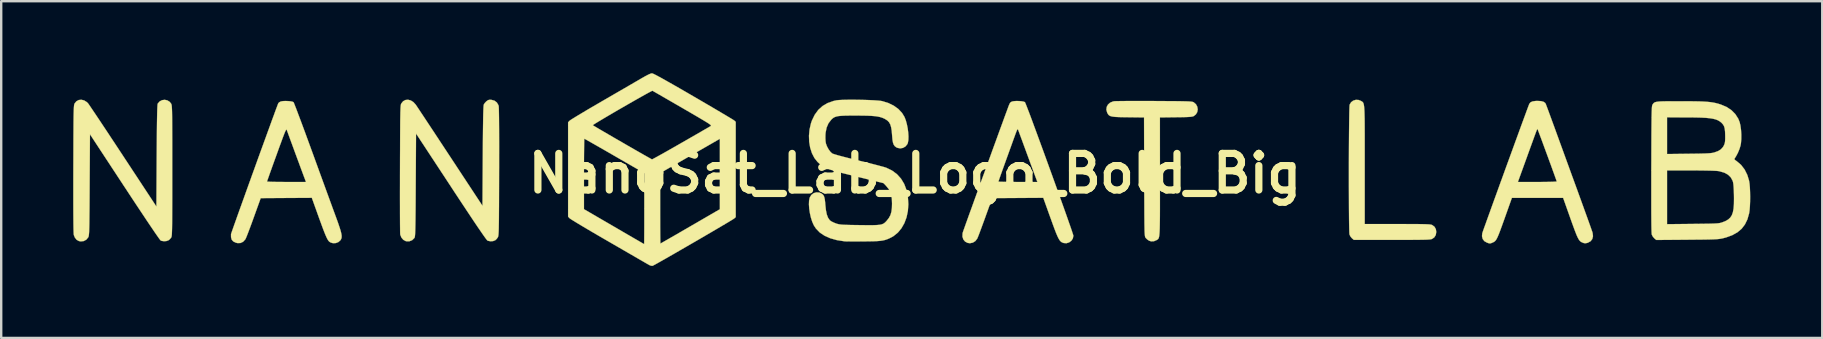
<source format=kicad_pcb>
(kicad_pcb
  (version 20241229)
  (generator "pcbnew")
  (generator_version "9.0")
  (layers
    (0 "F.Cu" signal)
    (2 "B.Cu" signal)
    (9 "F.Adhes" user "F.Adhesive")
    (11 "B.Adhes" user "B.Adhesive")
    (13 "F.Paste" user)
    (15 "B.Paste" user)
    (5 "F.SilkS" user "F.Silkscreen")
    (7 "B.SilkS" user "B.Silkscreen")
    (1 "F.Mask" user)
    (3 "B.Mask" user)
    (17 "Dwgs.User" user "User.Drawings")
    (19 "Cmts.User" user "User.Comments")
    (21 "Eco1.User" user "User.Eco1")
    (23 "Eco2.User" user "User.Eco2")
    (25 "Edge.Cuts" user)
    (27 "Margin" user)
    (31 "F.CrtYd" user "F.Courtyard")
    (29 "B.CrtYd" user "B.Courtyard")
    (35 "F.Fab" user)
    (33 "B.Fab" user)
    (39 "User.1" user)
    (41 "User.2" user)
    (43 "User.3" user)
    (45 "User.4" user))
  (footprint "NanoSat_Lab_Logo_Bold_Big"
    (layer "F.Cu")
    (at 35.078 4.178)
    (property "Reference" "NanoSat_Lab_Logo_Bold_Big" (at 0 0 0) (layer "F.SilkS") (effects (font (size 1.524 1.524) (thickness 0.3))))
    (attr through_hole)
    (fp_poly (pts (xy 18.489 -3.062) (xy 18.585 -3.024) (xy 18.611 -3.009) (xy 18.634 -2.995) (xy 18.655 -2.98) (xy 18.672 -2.961) (xy 18.687 -2.935) (xy 18.7 -2.898) (xy 18.711 -2.847) (xy 18.72 -2.78) (xy 18.727 -2.694) (xy 18.733 -2.585) (xy 18.737 -2.451) (xy 18.741 -2.288) (xy 18.743 -2.094) (xy 18.744 -1.866) (xy 18.745 -1.6) (xy 18.745 -1.293) (xy 18.745 -0.943) (xy 18.745 -0.547) (xy 18.745 -0.357) (xy 18.745 2.108) (xy 20.107 2.108) (xy 20.409 2.108) (xy 20.665 2.109) (xy 20.878 2.11) (xy 21.053 2.111) (xy 21.194 2.114) (xy 21.305 2.117) (xy 21.39 2.121) (xy 21.453 2.126) (xy 21.499 2.133) (xy 21.531 2.14) (xy 21.553 2.148) (xy 21.652 2.22) (xy 21.71 2.322) (xy 21.727 2.438) (xy 21.706 2.566) (xy 21.644 2.665) (xy 21.553 2.728) (xy 21.531 2.737) (xy 21.499 2.744) (xy 21.455 2.75) (xy 21.394 2.755) (xy 21.312 2.759) (xy 21.206 2.762) (xy 21.071 2.764) (xy 20.904 2.766) (xy 20.702 2.767) (xy 20.459 2.768) (xy 20.173 2.769) (xy 19.88 2.769) (xy 18.292 2.769) (xy 18.214 2.703) (xy 18.155 2.635) (xy 18.114 2.553) (xy 18.111 2.545) (xy 18.106 2.503) (xy 18.102 2.414) (xy 18.099 2.283) (xy 18.095 2.115) (xy 18.092 1.912) (xy 18.09 1.68) (xy 18.088 1.422) (xy 18.087 1.142) (xy 18.086 0.845) (xy 18.085 0.535) (xy 18.085 0.216) (xy 18.085 -0.107) (xy 18.085 -0.432) (xy 18.086 -0.753) (xy 18.087 -1.066) (xy 18.089 -1.368) (xy 18.091 -1.654) (xy 18.094 -1.92) (xy 18.097 -2.161) (xy 18.1 -2.374) (xy 18.103 -2.555) (xy 18.107 -2.699) (xy 18.111 -2.802) (xy 18.116 -2.86) (xy 18.118 -2.869) (xy 18.176 -2.966) (xy 18.265 -3.034) (xy 18.374 -3.067) (xy 18.489 -3.062)) (stroke (width 0.01) (type solid)) (fill yes) (layer "F.SilkS"))
    (fp_poly (pts (xy 9.45 -3.019) (xy 9.719 -3.019) (xy 9.995 -3.018) (xy 10.315 -3.016) (xy 10.588 -3.014) (xy 10.818 -3.013) (xy 11.009 -3.011) (xy 11.166 -3.008) (xy 11.291 -3.005) (xy 11.389 -3.002) (xy 11.464 -2.997) (xy 11.519 -2.992) (xy 11.559 -2.986) (xy 11.588 -2.978) (xy 11.61 -2.97) (xy 11.623 -2.962) (xy 11.714 -2.882) (xy 11.768 -2.78) (xy 11.786 -2.669) (xy 11.767 -2.559) (xy 11.71 -2.462) (xy 11.626 -2.394) (xy 11.596 -2.38) (xy 11.556 -2.37) (xy 11.5 -2.361) (xy 11.423 -2.355) (xy 11.317 -2.35) (xy 11.177 -2.346) (xy 10.996 -2.343) (xy 10.877 -2.342) (xy 10.21 -2.334) (xy 10.211 0.129) (xy 10.211 0.546) (xy 10.211 0.914) (xy 10.211 1.239) (xy 10.211 1.521) (xy 10.21 1.764) (xy 10.208 1.972) (xy 10.205 2.147) (xy 10.202 2.293) (xy 10.197 2.411) (xy 10.191 2.506) (xy 10.184 2.581) (xy 10.175 2.637) (xy 10.164 2.679) (xy 10.152 2.709) (xy 10.137 2.731) (xy 10.12 2.747) (xy 10.101 2.76) (xy 10.079 2.774) (xy 10.076 2.776) (xy 9.961 2.825) (xy 9.842 2.83) (xy 9.755 2.801) (xy 9.681 2.75) (xy 9.619 2.688) (xy 9.616 2.684) (xy 9.607 2.672) (xy 9.599 2.657) (xy 9.593 2.638) (xy 9.587 2.61) (xy 9.582 2.571) (xy 9.577 2.519) (xy 9.573 2.449) (xy 9.57 2.358) (xy 9.568 2.244) (xy 9.565 2.104) (xy 9.564 1.935) (xy 9.562 1.733) (xy 9.561 1.495) (xy 9.56 1.218) (xy 9.558 0.9) (xy 9.557 0.537) (xy 9.556 0.139) (xy 9.549 -2.334) (xy 8.883 -2.342) (xy 8.662 -2.345) (xy 8.486 -2.349) (xy 8.349 -2.356) (xy 8.245 -2.368) (xy 8.168 -2.384) (xy 8.112 -2.407) (xy 8.072 -2.438) (xy 8.042 -2.478) (xy 8.015 -2.529) (xy 8.011 -2.536) (xy 7.978 -2.656) (xy 7.992 -2.771) (xy 8.046 -2.871) (xy 8.135 -2.95) (xy 8.256 -3) (xy 8.309 -3.009) (xy 8.359 -3.012) (xy 8.454 -3.014) (xy 8.591 -3.016) (xy 8.764 -3.018) (xy 8.968 -3.019) (xy 9.198 -3.019) (xy 9.45 -3.019)) (stroke (width 0.01) (type solid)) (fill yes) (layer "F.SilkS"))
    (fp_poly (pts (xy -34.619 -3.042) (xy -34.507 -2.971) (xy -34.465 -2.93) (xy -34.441 -2.899) (xy -34.392 -2.828) (xy -34.32 -2.721) (xy -34.225 -2.58) (xy -34.11 -2.409) (xy -33.977 -2.21) (xy -33.829 -1.987) (xy -33.666 -1.742) (xy -33.492 -1.478) (xy -33.307 -1.199) (xy -33.115 -0.907) (xy -33.004 -0.739) (xy -31.61 1.379) (xy -31.598 -0.739) (xy -31.595 -1.151) (xy -31.592 -1.515) (xy -31.589 -1.831) (xy -31.586 -2.103) (xy -31.582 -2.331) (xy -31.578 -2.519) (xy -31.574 -2.667) (xy -31.569 -2.779) (xy -31.564 -2.855) (xy -31.559 -2.898) (xy -31.556 -2.909) (xy -31.477 -3) (xy -31.376 -3.054) (xy -31.265 -3.069) (xy -31.155 -3.046) (xy -31.057 -2.985) (xy -31 -2.914) (xy -30.992 -2.9) (xy -30.985 -2.883) (xy -30.979 -2.861) (xy -30.973 -2.83) (xy -30.969 -2.788) (xy -30.965 -2.731) (xy -30.961 -2.657) (xy -30.958 -2.563) (xy -30.956 -2.446) (xy -30.954 -2.302) (xy -30.953 -2.13) (xy -30.952 -1.926) (xy -30.951 -1.687) (xy -30.95 -1.411) (xy -30.95 -1.093) (xy -30.95 -0.732) (xy -30.95 -0.325) (xy -30.95 -0.113) (xy -30.95 0.318) (xy -30.95 0.702) (xy -30.95 1.041) (xy -30.951 1.337) (xy -30.952 1.595) (xy -30.953 1.816) (xy -30.954 2.003) (xy -30.956 2.16) (xy -30.958 2.29) (xy -30.961 2.394) (xy -30.964 2.477) (xy -30.967 2.541) (xy -30.972 2.588) (xy -30.977 2.623) (xy -30.983 2.647) (xy -30.989 2.664) (xy -30.995 2.674) (xy -31.049 2.739) (xy -31.103 2.784) (xy -31.188 2.816) (xy -31.292 2.825) (xy -31.393 2.81) (xy -31.432 2.794) (xy -31.455 2.768) (xy -31.505 2.701) (xy -31.579 2.596) (xy -31.677 2.455) (xy -31.796 2.279) (xy -31.937 2.071) (xy -32.096 1.833) (xy -32.273 1.567) (xy -32.467 1.275) (xy -32.676 0.959) (xy -32.898 0.621) (xy -32.936 0.564) (xy -34.379 -1.633) (xy -34.392 0.472) (xy -34.394 0.85) (xy -34.396 1.18) (xy -34.398 1.466) (xy -34.401 1.711) (xy -34.403 1.919) (xy -34.405 2.093) (xy -34.408 2.235) (xy -34.412 2.351) (xy -34.415 2.442) (xy -34.42 2.512) (xy -34.425 2.565) (xy -34.431 2.603) (xy -34.437 2.631) (xy -34.445 2.651) (xy -34.449 2.66) (xy -34.529 2.758) (xy -34.636 2.817) (xy -34.759 2.832) (xy -34.841 2.817) (xy -34.936 2.764) (xy -35.01 2.669) (xy -35.052 2.564) (xy -35.057 2.519) (xy -35.061 2.424) (xy -35.065 2.279) (xy -35.068 2.084) (xy -35.07 1.839) (xy -35.072 1.544) (xy -35.073 1.2) (xy -35.073 0.807) (xy -35.073 0.365) (xy -35.072 -0.125) (xy -35.072 -0.183) (xy -35.07 -0.609) (xy -35.069 -0.987) (xy -35.068 -1.32) (xy -35.067 -1.611) (xy -35.065 -1.864) (xy -35.064 -2.08) (xy -35.062 -2.263) (xy -35.06 -2.416) (xy -35.057 -2.542) (xy -35.054 -2.643) (xy -35.05 -2.723) (xy -35.046 -2.785) (xy -35.042 -2.831) (xy -35.036 -2.865) (xy -35.03 -2.889) (xy -35.023 -2.907) (xy -35.02 -2.914) (xy -34.944 -3.007) (xy -34.846 -3.06) (xy -34.735 -3.071) (xy -34.619 -3.042)) (stroke (width 0.01) (type solid)) (fill yes) (layer "F.SilkS"))
    (fp_poly (pts (xy -21.011 -3.043) (xy -20.902 -2.975) (xy -20.808 -2.873) (xy -20.783 -2.838) (xy -20.733 -2.763) (xy -20.659 -2.652) (xy -20.564 -2.508) (xy -20.448 -2.334) (xy -20.315 -2.132) (xy -20.166 -1.907) (xy -20.003 -1.661) (xy -19.829 -1.396) (xy -19.645 -1.117) (xy -19.454 -0.827) (xy -19.378 -0.712) (xy -18.021 1.349) (xy -18.009 -0.729) (xy -18.006 -1.139) (xy -18.003 -1.501) (xy -18 -1.815) (xy -17.996 -2.084) (xy -17.993 -2.311) (xy -17.989 -2.496) (xy -17.984 -2.643) (xy -17.979 -2.752) (xy -17.974 -2.825) (xy -17.968 -2.866) (xy -17.966 -2.872) (xy -17.928 -2.931) (xy -17.869 -2.995) (xy -17.853 -3.009) (xy -17.793 -3.052) (xy -17.736 -3.07) (xy -17.657 -3.068) (xy -17.647 -3.067) (xy -17.52 -3.032) (xy -17.421 -2.956) (xy -17.357 -2.846) (xy -17.347 -2.816) (xy -17.343 -2.773) (xy -17.339 -2.68) (xy -17.336 -2.539) (xy -17.333 -2.349) (xy -17.331 -2.112) (xy -17.329 -1.828) (xy -17.328 -1.5) (xy -17.327 -1.127) (xy -17.328 -0.71) (xy -17.328 -0.251) (xy -17.329 -0.072) (xy -17.33 0.354) (xy -17.331 0.732) (xy -17.332 1.066) (xy -17.333 1.357) (xy -17.335 1.609) (xy -17.336 1.826) (xy -17.338 2.009) (xy -17.341 2.162) (xy -17.343 2.287) (xy -17.346 2.389) (xy -17.35 2.469) (xy -17.354 2.531) (xy -17.359 2.577) (xy -17.364 2.611) (xy -17.37 2.635) (xy -17.377 2.653) (xy -17.38 2.66) (xy -17.429 2.729) (xy -17.486 2.782) (xy -17.489 2.784) (xy -17.579 2.819) (xy -17.688 2.827) (xy -17.79 2.807) (xy -17.816 2.795) (xy -17.842 2.767) (xy -17.895 2.698) (xy -17.975 2.586) (xy -18.081 2.433) (xy -18.215 2.238) (xy -18.375 2.001) (xy -18.561 1.721) (xy -18.775 1.399) (xy -19.017 1.034) (xy -19.285 0.627) (xy -19.336 0.548) (xy -20.79 -1.663) (xy -20.803 0.483) (xy -20.805 0.865) (xy -20.807 1.2) (xy -20.809 1.491) (xy -20.812 1.74) (xy -20.814 1.951) (xy -20.817 2.128) (xy -20.82 2.274) (xy -20.823 2.391) (xy -20.827 2.483) (xy -20.831 2.554) (xy -20.836 2.606) (xy -20.841 2.643) (xy -20.848 2.668) (xy -20.855 2.684) (xy -20.857 2.688) (xy -20.95 2.78) (xy -21.064 2.826) (xy -21.191 2.826) (xy -21.226 2.817) (xy -21.321 2.765) (xy -21.397 2.676) (xy -21.444 2.565) (xy -21.45 2.534) (xy -21.452 2.494) (xy -21.454 2.406) (xy -21.455 2.275) (xy -21.457 2.104) (xy -21.458 1.896) (xy -21.459 1.655) (xy -21.459 1.385) (xy -21.46 1.088) (xy -21.46 0.769) (xy -21.459 0.43) (xy -21.459 0.076) (xy -21.458 -0.203) (xy -21.457 -0.627) (xy -21.455 -1.004) (xy -21.454 -1.336) (xy -21.453 -1.625) (xy -21.451 -1.876) (xy -21.45 -2.091) (xy -21.448 -2.272) (xy -21.445 -2.424) (xy -21.443 -2.548) (xy -21.439 -2.648) (xy -21.436 -2.727) (xy -21.432 -2.788) (xy -21.427 -2.834) (xy -21.422 -2.867) (xy -21.415 -2.891) (xy -21.408 -2.908) (xy -21.405 -2.914) (xy -21.33 -3.008) (xy -21.234 -3.06) (xy -21.125 -3.072) (xy -21.011 -3.043)) (stroke (width 0.01) (type solid)) (fill yes) (layer "F.SilkS"))
    (fp_poly (pts (xy 4.342 -3.017) (xy 4.447 -3.008) (xy 4.532 -2.993) (xy 4.583 -2.972) (xy 4.585 -2.969) (xy 4.6 -2.94) (xy 4.63 -2.866) (xy 4.675 -2.751) (xy 4.733 -2.6) (xy 4.803 -2.416) (xy 4.883 -2.202) (xy 4.971 -1.962) (xy 5.068 -1.7) (xy 5.171 -1.42) (xy 5.279 -1.125) (xy 5.391 -0.819) (xy 5.505 -0.505) (xy 5.62 -0.188) (xy 5.735 0.129) (xy 5.848 0.443) (xy 5.958 0.749) (xy 6.064 1.044) (xy 6.165 1.325) (xy 6.258 1.587) (xy 6.343 1.827) (xy 6.418 2.042) (xy 6.483 2.227) (xy 6.535 2.379) (xy 6.573 2.494) (xy 6.597 2.569) (xy 6.604 2.599) (xy 6.581 2.711) (xy 6.519 2.805) (xy 6.428 2.873) (xy 6.319 2.907) (xy 6.203 2.9) (xy 6.194 2.897) (xy 6.146 2.88) (xy 6.103 2.857) (xy 6.063 2.823) (xy 6.024 2.774) (xy 5.983 2.704) (xy 5.937 2.61) (xy 5.885 2.487) (xy 5.824 2.33) (xy 5.752 2.135) (xy 5.666 1.897) (xy 5.652 1.86) (xy 5.349 1.015) (xy 4.284 1.022) (xy 3.219 1.029) (xy 2.931 1.829) (xy 2.86 2.024) (xy 2.793 2.207) (xy 2.732 2.371) (xy 2.68 2.511) (xy 2.638 2.619) (xy 2.609 2.69) (xy 2.599 2.713) (xy 2.52 2.817) (xy 2.415 2.883) (xy 2.294 2.908) (xy 2.196 2.894) (xy 2.091 2.839) (xy 2.018 2.75) (xy 1.981 2.636) (xy 1.985 2.504) (xy 1.994 2.463) (xy 2.005 2.428) (xy 2.033 2.35) (xy 2.075 2.232) (xy 2.13 2.077) (xy 2.197 1.89) (xy 2.275 1.673) (xy 2.363 1.432) (xy 2.458 1.169) (xy 2.559 0.888) (xy 2.666 0.594) (xy 2.758 0.339) (xy 3.48 0.339) (xy 3.504 0.343) (xy 3.573 0.347) (xy 3.681 0.35) (xy 3.822 0.353) (xy 3.99 0.354) (xy 4.178 0.355) (xy 4.292 0.356) (xy 5.104 0.356) (xy 5.077 0.286) (xy 5.063 0.247) (xy 5.033 0.167) (xy 4.99 0.049) (xy 4.935 -0.1) (xy 4.87 -0.275) (xy 4.798 -0.47) (xy 4.721 -0.681) (xy 4.686 -0.775) (xy 4.607 -0.99) (xy 4.533 -1.191) (xy 4.466 -1.375) (xy 4.407 -1.534) (xy 4.359 -1.664) (xy 4.324 -1.759) (xy 4.303 -1.815) (xy 4.299 -1.825) (xy 4.288 -1.843) (xy 4.274 -1.837) (xy 4.254 -1.803) (xy 4.225 -1.735) (xy 4.184 -1.627) (xy 4.155 -1.546) (xy 4.114 -1.434) (xy 4.06 -1.284) (xy 3.996 -1.105) (xy 3.924 -0.907) (xy 3.849 -0.699) (xy 3.774 -0.491) (xy 3.756 -0.442) (xy 3.689 -0.255) (xy 3.628 -0.084) (xy 3.574 0.066) (xy 3.531 0.188) (xy 3.5 0.278) (xy 3.482 0.33) (xy 3.48 0.339) (xy 2.758 0.339) (xy 2.776 0.289) (xy 2.889 -0.022) (xy 3.002 -0.335) (xy 3.116 -0.647) (xy 3.227 -0.955) (xy 3.336 -1.253) (xy 3.44 -1.539) (xy 3.538 -1.809) (xy 3.63 -2.059) (xy 3.712 -2.285) (xy 3.785 -2.483) (xy 3.847 -2.651) (xy 3.895 -2.783) (xy 3.916 -2.837) (xy 3.951 -2.918) (xy 3.987 -2.965) (xy 4.039 -2.993) (xy 4.056 -2.999) (xy 4.132 -3.013) (xy 4.232 -3.019) (xy 4.342 -3.017)) (stroke (width 0.01) (type solid)) (fill yes) (layer "F.SilkS"))
    (fp_poly (pts (xy 26.094 -3.014) (xy 26.199 -2.986) (xy 26.266 -2.937) (xy 26.287 -2.903) (xy 26.302 -2.866) (xy 26.332 -2.786) (xy 26.376 -2.669) (xy 26.431 -2.519) (xy 26.496 -2.341) (xy 26.569 -2.142) (xy 26.649 -1.925) (xy 26.72 -1.729) (xy 26.807 -1.49) (xy 26.908 -1.212) (xy 27.02 -0.905) (xy 27.139 -0.577) (xy 27.262 -0.239) (xy 27.386 0.102) (xy 27.508 0.435) (xy 27.623 0.751) (xy 27.668 0.876) (xy 27.765 1.142) (xy 27.857 1.397) (xy 27.943 1.635) (xy 28.022 1.853) (xy 28.091 2.045) (xy 28.149 2.208) (xy 28.194 2.337) (xy 28.226 2.428) (xy 28.241 2.476) (xy 28.242 2.479) (xy 28.258 2.616) (xy 28.229 2.732) (xy 28.159 2.824) (xy 28.049 2.885) (xy 28.019 2.895) (xy 27.941 2.91) (xy 27.875 2.902) (xy 27.806 2.875) (xy 27.766 2.855) (xy 27.73 2.83) (xy 27.696 2.794) (xy 27.661 2.744) (xy 27.624 2.675) (xy 27.581 2.583) (xy 27.532 2.461) (xy 27.474 2.307) (xy 27.404 2.116) (xy 27.32 1.883) (xy 27.29 1.797) (xy 27.013 1.017) (xy 25.946 1.017) (xy 24.879 1.017) (xy 24.615 1.759) (xy 24.525 2.011) (xy 24.45 2.219) (xy 24.388 2.388) (xy 24.336 2.523) (xy 24.292 2.628) (xy 24.254 2.707) (xy 24.22 2.766) (xy 24.187 2.808) (xy 24.154 2.838) (xy 24.118 2.86) (xy 24.076 2.88) (xy 24.061 2.886) (xy 24.003 2.91) (xy 23.961 2.917) (xy 23.914 2.909) (xy 23.84 2.883) (xy 23.839 2.883) (xy 23.73 2.821) (xy 23.66 2.729) (xy 23.632 2.612) (xy 23.645 2.489) (xy 23.656 2.455) (xy 23.683 2.377) (xy 23.725 2.258) (xy 23.781 2.104) (xy 23.848 1.916) (xy 23.926 1.7) (xy 24.013 1.458) (xy 24.108 1.195) (xy 24.21 0.915) (xy 24.316 0.621) (xy 24.412 0.356) (xy 25.128 0.356) (xy 25.937 0.356) (xy 26.136 0.355) (xy 26.317 0.353) (xy 26.474 0.35) (xy 26.6 0.346) (xy 26.691 0.341) (xy 26.739 0.336) (xy 26.746 0.333) (xy 26.738 0.306) (xy 26.714 0.236) (xy 26.676 0.131) (xy 26.628 -0.004) (xy 26.57 -0.163) (xy 26.506 -0.341) (xy 26.436 -0.531) (xy 26.364 -0.728) (xy 26.291 -0.926) (xy 26.22 -1.119) (xy 26.153 -1.302) (xy 26.092 -1.467) (xy 26.038 -1.61) (xy 25.995 -1.725) (xy 25.964 -1.806) (xy 25.947 -1.847) (xy 25.945 -1.851) (xy 25.942 -1.854) (xy 25.938 -1.853) (xy 25.932 -1.844) (xy 25.923 -1.824) (xy 25.908 -1.788) (xy 25.887 -1.734) (xy 25.858 -1.656) (xy 25.819 -1.551) (xy 25.77 -1.415) (xy 25.708 -1.245) (xy 25.632 -1.036) (xy 25.541 -0.785) (xy 25.503 -0.679) (xy 25.128 0.356) (xy 24.412 0.356) (xy 24.427 0.316) (xy 24.539 0.006) (xy 24.653 -0.308) (xy 24.767 -0.62) (xy 24.879 -0.927) (xy 24.987 -1.225) (xy 25.092 -1.511) (xy 25.19 -1.78) (xy 25.281 -2.03) (xy 25.364 -2.255) (xy 25.437 -2.453) (xy 25.498 -2.62) (xy 25.547 -2.752) (xy 25.582 -2.845) (xy 25.602 -2.895) (xy 25.604 -2.901) (xy 25.653 -2.962) (xy 25.735 -3.001) (xy 25.858 -3.02) (xy 25.946 -3.023) (xy 26.094 -3.014)) (stroke (width 0.01) (type solid)) (fill yes) (layer "F.SilkS"))
    (fp_poly (pts (xy -26.138 -3.017) (xy -26.033 -3.008) (xy -25.948 -2.993) (xy -25.898 -2.972) (xy -25.895 -2.97) (xy -25.881 -2.941) (xy -25.852 -2.868) (xy -25.807 -2.754) (xy -25.749 -2.603) (xy -25.68 -2.418) (xy -25.599 -2.203) (xy -25.509 -1.962) (xy -25.411 -1.697) (xy -25.307 -1.412) (xy -25.197 -1.112) (xy -25.106 -0.864) (xy -24.987 -0.536) (xy -24.868 -0.209) (xy -24.751 0.113) (xy -24.638 0.423) (xy -24.531 0.717) (xy -24.431 0.991) (xy -24.34 1.239) (xy -24.261 1.457) (xy -24.194 1.638) (xy -24.142 1.78) (xy -24.124 1.829) (xy -24.043 2.052) (xy -23.981 2.235) (xy -23.935 2.381) (xy -23.906 2.497) (xy -23.891 2.588) (xy -23.891 2.659) (xy -23.904 2.717) (xy -23.929 2.767) (xy -23.942 2.786) (xy -24.026 2.86) (xy -24.135 2.902) (xy -24.251 2.905) (xy -24.283 2.898) (xy -24.323 2.886) (xy -24.359 2.872) (xy -24.391 2.853) (xy -24.422 2.826) (xy -24.454 2.786) (xy -24.487 2.73) (xy -24.525 2.654) (xy -24.568 2.555) (xy -24.619 2.429) (xy -24.679 2.272) (xy -24.749 2.081) (xy -24.833 1.853) (xy -24.93 1.582) (xy -25.008 1.365) (xy -25.133 1.016) (xy -26.198 1.022) (xy -27.263 1.029) (xy -27.56 1.852) (xy -27.631 2.049) (xy -27.7 2.234) (xy -27.762 2.399) (xy -27.816 2.54) (xy -27.86 2.65) (xy -27.891 2.722) (xy -27.905 2.748) (xy -27.996 2.847) (xy -28.106 2.899) (xy -28.231 2.903) (xy -28.307 2.883) (xy -28.409 2.832) (xy -28.472 2.759) (xy -28.5 2.658) (xy -28.501 2.531) (xy -28.492 2.501) (xy -28.467 2.428) (xy -28.427 2.314) (xy -28.374 2.163) (xy -28.309 1.98) (xy -28.233 1.767) (xy -28.148 1.528) (xy -28.054 1.268) (xy -27.954 0.99) (xy -27.849 0.697) (xy -27.74 0.393) (xy -27.719 0.337) (xy -27 0.337) (xy -26.976 0.341) (xy -26.907 0.345) (xy -26.799 0.349) (xy -26.658 0.352) (xy -26.491 0.354) (xy -26.302 0.355) (xy -26.189 0.356) (xy -25.377 0.356) (xy -25.441 0.184) (xy -25.467 0.116) (xy -25.506 0.01) (xy -25.557 -0.127) (xy -25.617 -0.289) (xy -25.683 -0.469) (xy -25.754 -0.66) (xy -25.826 -0.855) (xy -25.897 -1.049) (xy -25.965 -1.234) (xy -26.028 -1.404) (xy -26.082 -1.553) (xy -26.126 -1.673) (xy -26.157 -1.758) (xy -26.172 -1.799) (xy -26.18 -1.818) (xy -26.188 -1.827) (xy -26.199 -1.824) (xy -26.214 -1.803) (xy -26.235 -1.763) (xy -26.263 -1.699) (xy -26.299 -1.607) (xy -26.346 -1.483) (xy -26.404 -1.325) (xy -26.477 -1.127) (xy -26.564 -0.887) (xy -26.601 -0.783) (xy -26.683 -0.558) (xy -26.759 -0.348) (xy -26.827 -0.157) (xy -26.887 0.009) (xy -26.935 0.147) (xy -26.972 0.25) (xy -26.994 0.315) (xy -27 0.337) (xy -27.719 0.337) (xy -27.628 0.082) (xy -27.514 -0.232) (xy -27.401 -0.546) (xy -27.289 -0.856) (xy -27.179 -1.158) (xy -27.073 -1.449) (xy -26.973 -1.725) (xy -26.879 -1.982) (xy -26.794 -2.217) (xy -26.717 -2.425) (xy -26.652 -2.604) (xy -26.598 -2.749) (xy -26.557 -2.857) (xy -26.531 -2.924) (xy -26.53 -2.926) (xy -26.496 -2.962) (xy -26.435 -2.995) (xy -26.423 -2.999) (xy -26.348 -3.014) (xy -26.248 -3.019) (xy -26.138 -3.017)) (stroke (width 0.01) (type solid)) (fill yes) (layer "F.SilkS"))
    (fp_poly (pts (xy 31.938 -3.009) (xy 32.232 -3.008) (xy 32.482 -3.006) (xy 32.692 -3.002) (xy 32.869 -2.995) (xy 33.02 -2.985) (xy 33.149 -2.972) (xy 33.263 -2.955) (xy 33.367 -2.934) (xy 33.469 -2.908) (xy 33.573 -2.876) (xy 33.595 -2.868) (xy 33.829 -2.769) (xy 34.028 -2.636) (xy 34.19 -2.472) (xy 34.312 -2.281) (xy 34.369 -2.14) (xy 34.403 -1.994) (xy 34.427 -1.815) (xy 34.439 -1.621) (xy 34.438 -1.43) (xy 34.424 -1.258) (xy 34.407 -1.162) (xy 34.361 -1.014) (xy 34.295 -0.855) (xy 34.217 -0.71) (xy 34.174 -0.644) (xy 34.154 -0.61) (xy 34.157 -0.584) (xy 34.19 -0.552) (xy 34.248 -0.511) (xy 34.429 -0.356) (xy 34.577 -0.163) (xy 34.69 0.064) (xy 34.763 0.305) (xy 34.782 0.427) (xy 34.796 0.588) (xy 34.804 0.774) (xy 34.807 0.974) (xy 34.805 1.175) (xy 34.797 1.365) (xy 34.784 1.531) (xy 34.765 1.661) (xy 34.764 1.664) (xy 34.694 1.912) (xy 34.591 2.124) (xy 34.454 2.304) (xy 34.279 2.452) (xy 34.064 2.572) (xy 33.808 2.666) (xy 33.693 2.696) (xy 33.639 2.709) (xy 33.586 2.719) (xy 33.529 2.728) (xy 33.463 2.735) (xy 33.384 2.741) (xy 33.285 2.746) (xy 33.163 2.75) (xy 33.013 2.753) (xy 32.829 2.756) (xy 32.607 2.758) (xy 32.341 2.76) (xy 32.179 2.762) (xy 30.894 2.772) (xy 30.815 2.705) (xy 30.754 2.636) (xy 30.711 2.556) (xy 30.708 2.544) (xy 30.703 2.506) (xy 30.699 2.424) (xy 30.695 2.3) (xy 30.692 2.131) (xy 30.692 2.114) (xy 31.344 2.114) (xy 32.417 2.103) (xy 32.679 2.1) (xy 32.896 2.097) (xy 33.073 2.095) (xy 33.214 2.091) (xy 33.326 2.087) (xy 33.413 2.082) (xy 33.481 2.076) (xy 33.534 2.068) (xy 33.579 2.058) (xy 33.62 2.046) (xy 33.655 2.034) (xy 33.787 1.981) (xy 33.894 1.918) (xy 33.978 1.841) (xy 34.042 1.744) (xy 34.087 1.621) (xy 34.116 1.468) (xy 34.131 1.279) (xy 34.134 1.048) (xy 34.132 0.885) (xy 34.126 0.698) (xy 34.118 0.554) (xy 34.108 0.446) (xy 34.095 0.366) (xy 34.077 0.306) (xy 34.077 0.305) (xy 33.999 0.163) (xy 33.883 0.051) (xy 33.728 -0.033) (xy 33.531 -0.09) (xy 33.476 -0.1) (xy 33.41 -0.106) (xy 33.301 -0.112) (xy 33.152 -0.117) (xy 32.972 -0.121) (xy 32.765 -0.124) (xy 32.537 -0.126) (xy 32.328 -0.127) (xy 31.344 -0.127) (xy 31.344 2.114) (xy 30.692 2.114) (xy 30.69 1.918) (xy 30.688 1.659) (xy 30.687 1.353) (xy 30.687 1) (xy 30.687 0.598) (xy 30.687 0.147) (xy 30.688 -0.178) (xy 30.69 -0.602) (xy 30.69 -0.809) (xy 31.344 -0.809) (xy 32.252 -0.82) (xy 32.501 -0.823) (xy 32.705 -0.826) (xy 32.869 -0.83) (xy 33 -0.835) (xy 33.102 -0.841) (xy 33.181 -0.849) (xy 33.244 -0.858) (xy 33.295 -0.87) (xy 33.312 -0.874) (xy 33.472 -0.932) (xy 33.59 -1.006) (xy 33.675 -1.101) (xy 33.709 -1.16) (xy 33.736 -1.22) (xy 33.753 -1.279) (xy 33.763 -1.349) (xy 33.767 -1.444) (xy 33.767 -1.575) (xy 33.762 -1.74) (xy 33.748 -1.865) (xy 33.722 -1.961) (xy 33.679 -2.038) (xy 33.618 -2.107) (xy 33.595 -2.127) (xy 33.53 -2.177) (xy 33.455 -2.219) (xy 33.366 -2.253) (xy 33.257 -2.28) (xy 33.124 -2.301) (xy 32.962 -2.317) (xy 32.765 -2.327) (xy 32.53 -2.333) (xy 32.251 -2.336) (xy 32.125 -2.336) (xy 31.344 -2.337) (xy 31.344 -0.809) (xy 30.69 -0.809) (xy 30.691 -0.978) (xy 30.692 -1.31) (xy 30.693 -1.599) (xy 30.695 -1.849) (xy 30.697 -2.064) (xy 30.699 -2.245) (xy 30.701 -2.396) (xy 30.704 -2.519) (xy 30.707 -2.618) (xy 30.71 -2.696) (xy 30.714 -2.756) (xy 30.719 -2.8) (xy 30.724 -2.831) (xy 30.731 -2.852) (xy 30.737 -2.867) (xy 30.741 -2.872) (xy 30.764 -2.905) (xy 30.788 -2.933) (xy 30.817 -2.955) (xy 30.857 -2.972) (xy 30.912 -2.985) (xy 30.987 -2.995) (xy 31.087 -3.002) (xy 31.216 -3.006) (xy 31.38 -3.008) (xy 31.583 -3.009) (xy 31.831 -3.009) (xy 31.938 -3.009)) (stroke (width 0.01) (type solid)) (fill yes) (layer "F.SilkS"))
    (fp_poly (pts (xy -2.481 -3.071) (xy -2.27 -3.068) (xy -2.061 -3.063) (xy -1.863 -3.056) (xy -1.683 -3.047) (xy -1.531 -3.036) (xy -1.415 -3.023) (xy -1.359 -3.013) (xy -1.105 -2.934) (xy -0.88 -2.823) (xy -0.688 -2.684) (xy -0.536 -2.521) (xy -0.435 -2.355) (xy -0.381 -2.216) (xy -0.336 -2.053) (xy -0.301 -1.879) (xy -0.279 -1.703) (xy -0.269 -1.536) (xy -0.274 -1.39) (xy -0.294 -1.274) (xy -0.313 -1.224) (xy -0.392 -1.126) (xy -0.496 -1.065) (xy -0.613 -1.044) (xy -0.732 -1.068) (xy -0.783 -1.093) (xy -0.841 -1.139) (xy -0.884 -1.2) (xy -0.914 -1.285) (xy -0.935 -1.403) (xy -0.949 -1.562) (xy -0.95 -1.575) (xy -0.966 -1.772) (xy -0.991 -1.925) (xy -1.027 -2.044) (xy -1.079 -2.136) (xy -1.15 -2.208) (xy -1.244 -2.268) (xy -1.278 -2.286) (xy -1.357 -2.32) (xy -1.443 -2.348) (xy -1.543 -2.37) (xy -1.662 -2.387) (xy -1.807 -2.399) (xy -1.983 -2.407) (xy -2.197 -2.411) (xy -2.455 -2.413) (xy -2.504 -2.413) (xy -2.733 -2.412) (xy -2.918 -2.409) (xy -3.065 -2.402) (xy -3.181 -2.391) (xy -3.27 -2.373) (xy -3.341 -2.349) (xy -3.399 -2.317) (xy -3.45 -2.276) (xy -3.485 -2.242) (xy -3.602 -2.09) (xy -3.68 -1.91) (xy -3.722 -1.699) (xy -3.729 -1.607) (xy -3.731 -1.475) (xy -3.725 -1.353) (xy -3.712 -1.26) (xy -3.71 -1.251) (xy -3.667 -1.133) (xy -3.602 -1.012) (xy -3.526 -0.907) (xy -3.454 -0.838) (xy -3.408 -0.817) (xy -3.313 -0.787) (xy -3.173 -0.746) (xy -2.987 -0.697) (xy -2.758 -0.638) (xy -2.487 -0.572) (xy -2.371 -0.543) (xy -2.145 -0.488) (xy -1.929 -0.435) (xy -1.728 -0.384) (xy -1.55 -0.338) (xy -1.401 -0.298) (xy -1.286 -0.267) (xy -1.213 -0.244) (xy -1.199 -0.24) (xy -0.958 -0.124) (xy -0.751 0.028) (xy -0.581 0.215) (xy -0.447 0.436) (xy -0.351 0.689) (xy -0.293 0.973) (xy -0.274 1.283) (xy -0.293 1.564) (xy -0.349 1.829) (xy -0.439 2.07) (xy -0.561 2.284) (xy -0.711 2.465) (xy -0.887 2.608) (xy -0.981 2.662) (xy -1.074 2.708) (xy -1.159 2.744) (xy -1.244 2.772) (xy -1.335 2.793) (xy -1.44 2.809) (xy -1.566 2.819) (xy -1.722 2.826) (xy -1.914 2.83) (xy -2.134 2.832) (xy -2.323 2.834) (xy -2.5 2.834) (xy -2.657 2.834) (xy -2.787 2.833) (xy -2.882 2.831) (xy -2.934 2.828) (xy -3.25 2.779) (xy -3.528 2.701) (xy -3.767 2.595) (xy -3.966 2.461) (xy -4.123 2.299) (xy -4.214 2.16) (xy -4.28 2.011) (xy -4.335 1.838) (xy -4.377 1.652) (xy -4.405 1.465) (xy -4.417 1.288) (xy -4.411 1.134) (xy -4.386 1.012) (xy -4.384 1.005) (xy -4.318 0.897) (xy -4.223 0.823) (xy -4.109 0.788) (xy -3.987 0.796) (xy -3.914 0.824) (xy -3.854 0.863) (xy -3.81 0.912) (xy -3.778 0.982) (xy -3.756 1.08) (xy -3.74 1.216) (xy -3.733 1.306) (xy -3.709 1.529) (xy -3.673 1.707) (xy -3.622 1.842) (xy -3.556 1.94) (xy -3.528 1.967) (xy -3.464 2.008) (xy -3.372 2.052) (xy -3.282 2.087) (xy -3.231 2.103) (xy -3.181 2.115) (xy -3.124 2.125) (xy -3.055 2.133) (xy -2.966 2.139) (xy -2.853 2.143) (xy -2.707 2.147) (xy -2.523 2.15) (xy -2.302 2.153) (xy -2.056 2.156) (xy -1.855 2.157) (xy -1.693 2.155) (xy -1.565 2.149) (xy -1.466 2.139) (xy -1.388 2.123) (xy -1.327 2.1) (xy -1.277 2.07) (xy -1.232 2.031) (xy -1.186 1.983) (xy -1.17 1.964) (xy -1.081 1.85) (xy -1.019 1.732) (xy -0.98 1.599) (xy -0.959 1.44) (xy -0.954 1.257) (xy -0.961 1.061) (xy -0.984 0.903) (xy -1.026 0.771) (xy -1.09 0.654) (xy -1.182 0.541) (xy -1.189 0.532) (xy -1.308 0.405) (xy -1.88 0.265) (xy -2.08 0.215) (xy -2.299 0.162) (xy -2.519 0.108) (xy -2.724 0.058) (xy -2.898 0.015) (xy -2.908 0.013) (xy -3.159 -0.051) (xy -3.366 -0.108) (xy -3.536 -0.163) (xy -3.677 -0.218) (xy -3.794 -0.276) (xy -3.895 -0.339) (xy -3.986 -0.412) (xy -4.059 -0.48) (xy -4.19 -0.646) (xy -4.292 -0.845) (xy -4.365 -1.072) (xy -4.406 -1.317) (xy -4.415 -1.573) (xy -4.391 -1.831) (xy -4.333 -2.085) (xy -4.293 -2.202) (xy -4.176 -2.444) (xy -4.028 -2.648) (xy -3.847 -2.811) (xy -3.634 -2.936) (xy -3.388 -3.021) (xy -3.264 -3.048) (xy -3.172 -3.058) (xy -3.039 -3.065) (xy -2.874 -3.07) (xy -2.685 -3.072) (xy -2.481 -3.071)) (stroke (width 0.01) (type solid)) (fill yes) (layer "F.SilkS"))
    (fp_poly (pts (xy -10.929 -4.164) (xy -10.868 -4.137) (xy -10.775 -4.09) (xy -10.649 -4.022) (xy -10.488 -3.934) (xy -10.292 -3.823) (xy -10.057 -3.69) (xy -9.783 -3.533) (xy -9.468 -3.351) (xy -9.233 -3.214) (xy -8.966 -3.059) (xy -8.711 -2.91) (xy -8.471 -2.77) (xy -8.251 -2.64) (xy -8.053 -2.523) (xy -7.881 -2.421) (xy -7.739 -2.336) (xy -7.629 -2.27) (xy -7.557 -2.225) (xy -7.525 -2.203) (xy -7.525 -2.203) (xy -7.468 -2.15) (xy -7.468 1.82) (xy -7.525 1.872) (xy -7.556 1.894) (xy -7.628 1.939) (xy -7.734 2.003) (xy -7.872 2.085) (xy -8.037 2.183) (xy -8.225 2.294) (xy -8.431 2.415) (xy -8.652 2.544) (xy -8.883 2.679) (xy -9.12 2.817) (xy -9.36 2.955) (xy -9.596 3.092) (xy -9.827 3.225) (xy -10.046 3.352) (xy -10.251 3.469) (xy -10.436 3.575) (xy -10.599 3.667) (xy -10.734 3.743) (xy -10.837 3.8) (xy -10.905 3.836) (xy -10.931 3.849) (xy -10.994 3.847) (xy -11.05 3.827) (xy -11.095 3.802) (xy -11.174 3.758) (xy -11.277 3.698) (xy -11.395 3.63) (xy -11.444 3.602) (xy -11.528 3.553) (xy -11.651 3.482) (xy -11.807 3.391) (xy -11.991 3.285) (xy -12.198 3.165) (xy -12.423 3.035) (xy -12.66 2.898) (xy -12.904 2.757) (xy -13.056 2.669) (xy -13.291 2.532) (xy -13.514 2.402) (xy -13.721 2.279) (xy -13.908 2.168) (xy -14.071 2.07) (xy -14.205 1.988) (xy -14.307 1.925) (xy -14.372 1.882) (xy -14.395 1.864) (xy -14.453 1.801) (xy -14.453 0.021) (xy -13.792 0.021) (xy -13.792 1.489) (xy -12.541 2.216) (xy -12.311 2.35) (xy -12.095 2.476) (xy -11.895 2.592) (xy -11.718 2.695) (xy -11.565 2.783) (xy -11.441 2.855) (xy -11.351 2.907) (xy -11.297 2.938) (xy -11.284 2.945) (xy -11.283 2.921) (xy -11.282 2.85) (xy -11.281 2.737) (xy -11.28 2.587) (xy -11.279 2.404) (xy -11.278 2.192) (xy -11.278 1.957) (xy -11.278 1.701) (xy -11.278 1.466) (xy -11.278 -0.015) (xy -10.617 -0.015) (xy -10.617 1.453) (xy -10.617 1.721) (xy -10.616 1.973) (xy -10.616 2.205) (xy -10.614 2.412) (xy -10.613 2.59) (xy -10.611 2.734) (xy -10.609 2.84) (xy -10.607 2.904) (xy -10.605 2.921) (xy -10.582 2.909) (xy -10.518 2.873) (xy -10.419 2.816) (xy -10.287 2.741) (xy -10.128 2.649) (xy -9.944 2.544) (xy -9.741 2.426) (xy -9.521 2.299) (xy -9.361 2.206) (xy -8.128 1.491) (xy -8.128 -1.444) (xy -9.036 -0.922) (xy -9.248 -0.8) (xy -9.46 -0.679) (xy -9.665 -0.561) (xy -9.855 -0.452) (xy -10.024 -0.355) (xy -10.164 -0.274) (xy -10.269 -0.214) (xy -10.281 -0.208) (xy -10.617 -0.015) (xy -11.278 -0.015) (xy -11.278 -0.015) (xy -12.518 -0.731) (xy -12.748 -0.864) (xy -12.964 -0.988) (xy -13.164 -1.102) (xy -13.342 -1.204) (xy -13.495 -1.291) (xy -13.618 -1.361) (xy -13.709 -1.412) (xy -13.762 -1.441) (xy -13.776 -1.448) (xy -13.779 -1.423) (xy -13.782 -1.352) (xy -13.784 -1.239) (xy -13.786 -1.089) (xy -13.788 -0.906) (xy -13.79 -0.694) (xy -13.791 -0.459) (xy -13.792 -0.204) (xy -13.792 0.021) (xy -14.453 0.021) (xy -14.453 -2.011) (xy -13.424 -2.011) (xy -13.397 -1.993) (xy -13.332 -1.954) (xy -13.233 -1.895) (xy -13.104 -1.819) (xy -12.951 -1.73) (xy -12.778 -1.629) (xy -12.591 -1.52) (xy -12.394 -1.406) (xy -12.192 -1.29) (xy -11.991 -1.173) (xy -11.794 -1.06) (xy -11.606 -0.952) (xy -11.433 -0.853) (xy -11.28 -0.766) (xy -11.15 -0.693) (xy -11.05 -0.637) (xy -10.984 -0.6) (xy -10.957 -0.586) (xy -10.956 -0.586) (xy -10.929 -0.598) (xy -10.863 -0.633) (xy -10.76 -0.689) (xy -10.626 -0.763) (xy -10.465 -0.853) (xy -10.28 -0.957) (xy -10.077 -1.073) (xy -9.858 -1.198) (xy -9.75 -1.26) (xy -9.524 -1.389) (xy -9.311 -1.512) (xy -9.114 -1.625) (xy -8.937 -1.727) (xy -8.785 -1.815) (xy -8.663 -1.885) (xy -8.574 -1.937) (xy -8.523 -1.967) (xy -8.514 -1.973) (xy -8.502 -1.982) (xy -8.498 -1.992) (xy -8.504 -2.006) (xy -8.524 -2.027) (xy -8.56 -2.055) (xy -8.616 -2.093) (xy -8.695 -2.143) (xy -8.801 -2.207) (xy -8.936 -2.287) (xy -9.103 -2.386) (xy -9.307 -2.505) (xy -9.55 -2.646) (xy -9.682 -2.723) (xy -9.911 -2.855) (xy -10.127 -2.98) (xy -10.326 -3.095) (xy -10.504 -3.198) (xy -10.657 -3.286) (xy -10.781 -3.357) (xy -10.872 -3.409) (xy -10.925 -3.44) (xy -10.939 -3.446) (xy -10.965 -3.436) (xy -11.03 -3.403) (xy -11.129 -3.35) (xy -11.256 -3.28) (xy -11.408 -3.195) (xy -11.58 -3.098) (xy -11.766 -2.992) (xy -11.962 -2.88) (xy -12.163 -2.764) (xy -12.365 -2.648) (xy -12.562 -2.533) (xy -12.75 -2.423) (xy -12.924 -2.32) (xy -13.08 -2.227) (xy -13.212 -2.148) (xy -13.317 -2.084) (xy -13.388 -2.038) (xy -13.422 -2.014) (xy -13.424 -2.011) (xy -14.453 -2.011) (xy -14.453 -2.131) (xy -14.395 -2.194) (xy -14.363 -2.218) (xy -14.291 -2.265) (xy -14.183 -2.332) (xy -14.044 -2.417) (xy -13.876 -2.517) (xy -13.686 -2.631) (xy -13.475 -2.755) (xy -13.249 -2.886) (xy -13.056 -2.999) (xy -12.808 -3.142) (xy -12.564 -3.284) (xy -12.327 -3.421) (xy -12.104 -3.55) (xy -11.899 -3.669) (xy -11.719 -3.774) (xy -11.568 -3.861) (xy -11.453 -3.928) (xy -11.405 -3.957) (xy -11.237 -4.052) (xy -11.105 -4.121) (xy -11.011 -4.161) (xy -10.96 -4.173) (xy -10.929 -4.164)) (stroke (width 0.01) (type solid)) (fill yes) (layer "F.SilkS")))
  (gr_rect
    (start -3 -3)
    (end 72.89 11.032)
    (stroke (width 0.1) (type default))
    (fill no)
    (layer "Edge.Cuts")))
</source>
